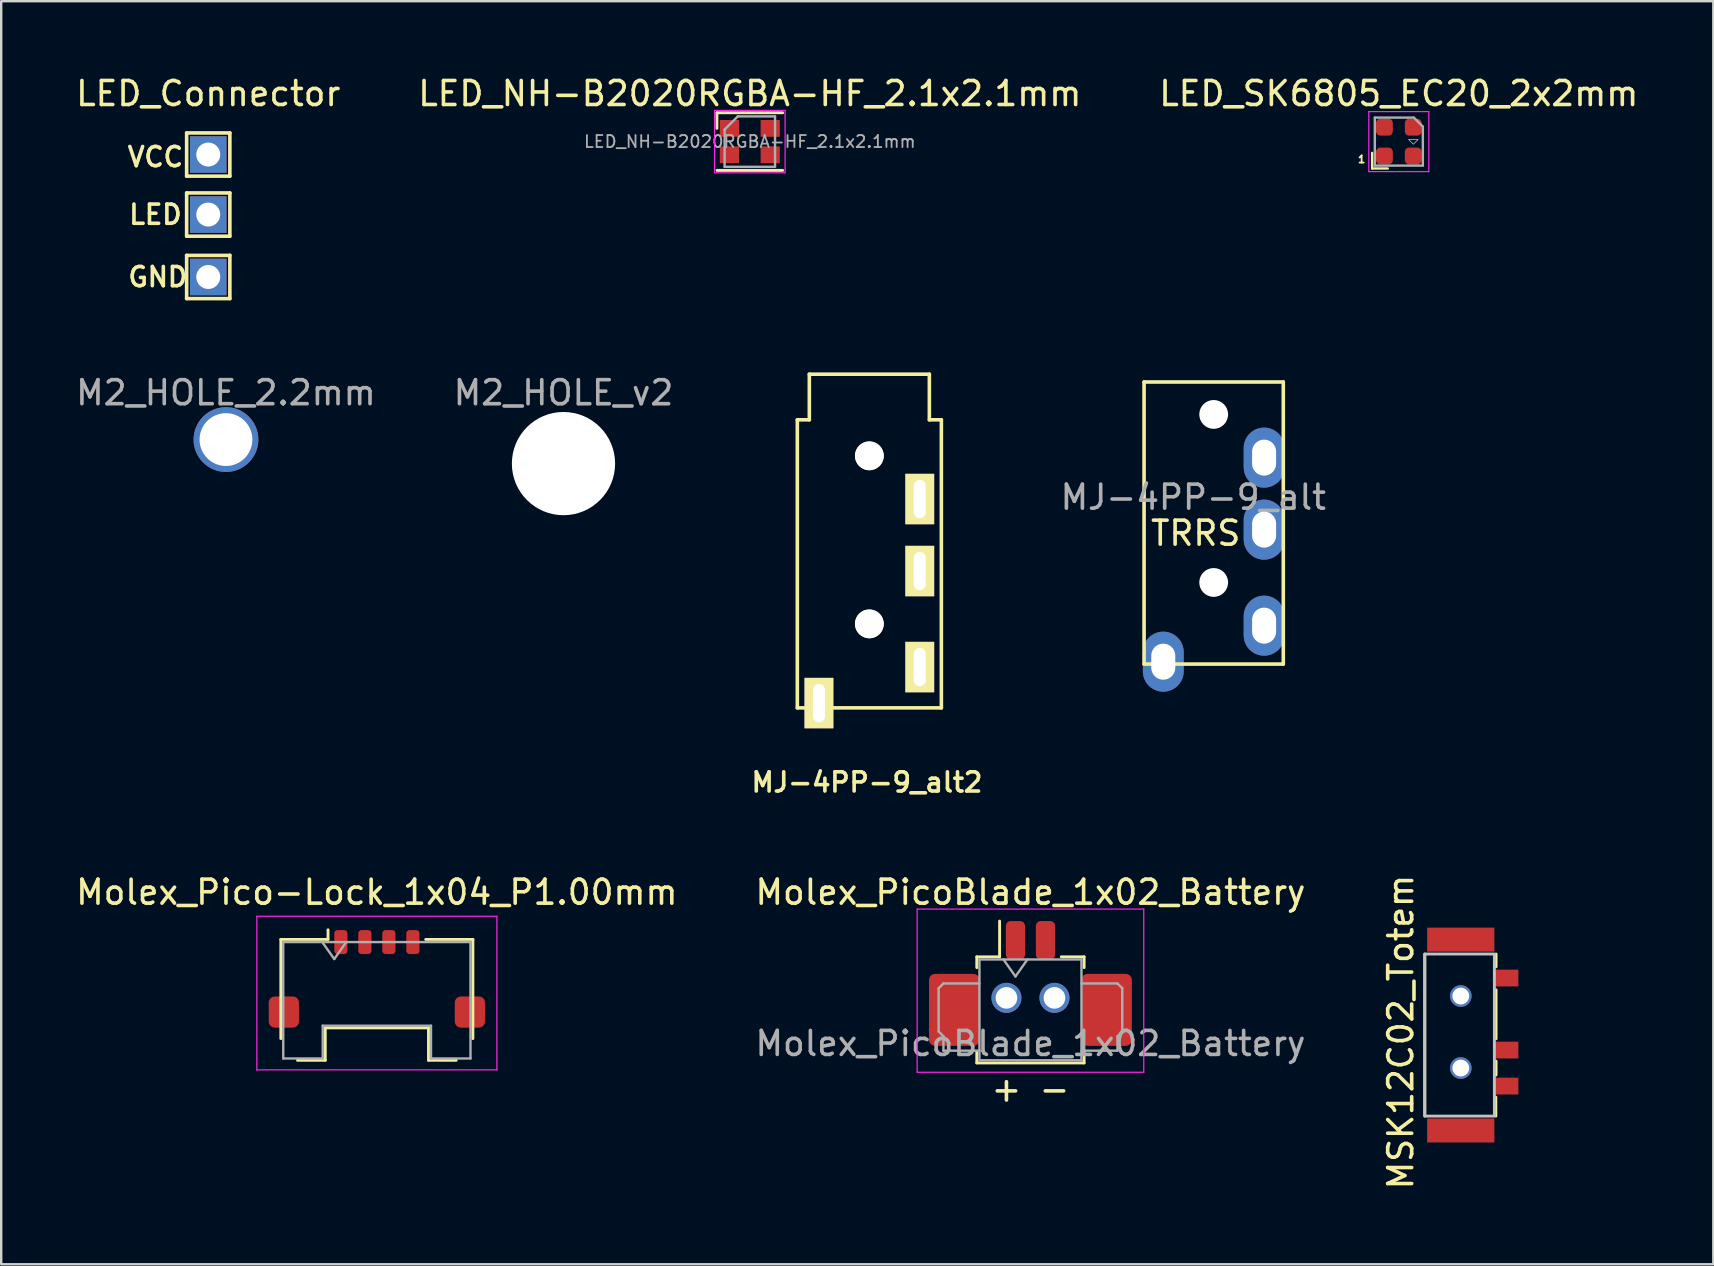
<source format=kicad_pcb>
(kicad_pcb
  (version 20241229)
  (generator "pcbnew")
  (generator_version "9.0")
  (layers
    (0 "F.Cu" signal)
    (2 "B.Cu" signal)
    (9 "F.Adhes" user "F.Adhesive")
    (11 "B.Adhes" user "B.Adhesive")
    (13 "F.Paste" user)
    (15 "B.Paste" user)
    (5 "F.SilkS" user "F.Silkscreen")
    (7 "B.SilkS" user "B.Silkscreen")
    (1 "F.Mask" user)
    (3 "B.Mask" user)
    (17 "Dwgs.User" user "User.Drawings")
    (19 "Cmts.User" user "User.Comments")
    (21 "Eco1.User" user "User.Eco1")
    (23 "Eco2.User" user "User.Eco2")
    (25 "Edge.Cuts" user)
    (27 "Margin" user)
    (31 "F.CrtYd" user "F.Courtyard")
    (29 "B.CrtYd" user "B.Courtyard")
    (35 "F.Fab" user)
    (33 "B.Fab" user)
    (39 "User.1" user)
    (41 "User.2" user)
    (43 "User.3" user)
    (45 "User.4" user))
  (footprint "MJ-4PP-9_alt"
    (layer "F.Cu")
    (at 47.508 12.713)
    (property "Reference" "MJ-4PP-9_alt" (at -0.85 4.95 0) (layer "F.Fab") (effects (font (size 1 1) (thickness 0.15))))
    (attr through_hole)
    (fp_line (start -2.9 0.15) (end 2.9 0.15) (stroke (width 0.15) (type solid)) (layer "F.SilkS"))
    (fp_line (start -2.9 11.9) (end -2.9 0.15) (stroke (width 0.15) (type solid)) (layer "F.SilkS"))
    (fp_line (start 2.9 0.15) (end 2.9 11.9) (stroke (width 0.15) (type solid)) (layer "F.SilkS"))
    (fp_line (start 2.9 11.9) (end -2.9 11.9) (stroke (width 0.15) (type solid)) (layer "F.SilkS"))
    (fp_text user "TRRS" (at -0.75 6.45 0) (layer "F.SilkS") (effects (font (size 1 1) (thickness 0.15))))
    (pad "" np_thru_hole circle (at 0 1.5) (size 1.2 1.2) (drill 1.2) (layers "*.Cu" "*.Mask"))
    (pad "" np_thru_hole circle (at 0 8.5) (size 1.2 1.2) (drill 1.2) (layers "*.Cu" "*.Mask"))
    (pad "1" thru_hole oval (at 2.1 10.3) (size 1.7 2.5) (drill oval 1 1.5) (layers "*.Cu" "B.Mask"))
    (pad "2" thru_hole oval (at 2.1 6.3) (size 1.7 2.5) (drill oval 1 1.5) (layers "*.Cu" "B.Mask"))
    (pad "3" thru_hole oval (at 2.1 3.3) (size 1.7 2.5) (drill oval 1 1.5) (layers "*.Cu" "B.Mask"))
    (pad "4" thru_hole oval (at -2.1 11.8) (size 1.7 2.5) (drill oval 1 1.5) (layers "*.Cu" "B.Mask")))
  (footprint "LED_Connector"
    (layer "F.Cu")
    (at 5.625 3.388)
    (property "Reference" "LED_Connector" (at 0 -2.54 0) (layer "F.SilkS") (effects (font (size 1 1) (thickness 0.15))))
    (attr through_hole)
    (fp_line (start -0.9 -0.9) (end 0.9 -0.9) (stroke (width 0.15) (type solid)) (layer "F.SilkS"))
    (fp_line (start -0.9 0.9) (end -0.9 -0.9) (stroke (width 0.15) (type solid)) (layer "F.SilkS"))
    (fp_line (start -0.9 1.6) (end -0.9 3.4) (stroke (width 0.15) (type solid)) (layer "F.SilkS"))
    (fp_line (start -0.9 1.6) (end 0.9 1.6) (stroke (width 0.15) (type solid)) (layer "F.SilkS"))
    (fp_line (start -0.9 4.2) (end -0.9 6) (stroke (width 0.15) (type solid)) (layer "F.SilkS"))
    (fp_line (start -0.9 4.2) (end 0.9 4.2) (stroke (width 0.15) (type solid)) (layer "F.SilkS"))
    (fp_line (start 0.9 -0.9) (end 0.9 0.9) (stroke (width 0.15) (type solid)) (layer "F.SilkS"))
    (fp_line (start 0.9 0.9) (end -0.9 0.9) (stroke (width 0.15) (type solid)) (layer "F.SilkS"))
    (fp_line (start 0.9 1.6) (end 0.9 3.4) (stroke (width 0.15) (type solid)) (layer "F.SilkS"))
    (fp_line (start 0.9 3.4) (end -0.9 3.4) (stroke (width 0.15) (type solid)) (layer "F.SilkS"))
    (fp_line (start 0.9 4.2) (end 0.9 6) (stroke (width 0.15) (type solid)) (layer "F.SilkS"))
    (fp_line (start 0.9 6) (end -0.9 6) (stroke (width 0.15) (type solid)) (layer "F.SilkS"))
    (fp_text user "GND" (at -2.1 5.1 0) (layer "F.SilkS") (effects (font (size 0.8 0.8) (thickness 0.15))))
    (fp_text user "LED" (at -2.2 2.5 180) (layer "F.SilkS") (effects (font (size 0.8 0.8) (thickness 0.15))))
    (fp_text user "VCC" (at -2.2 0.1 0) (layer "F.SilkS") (effects (font (size 0.8 0.8) (thickness 0.15))))
    (pad "1" thru_hole rect (at 0 0 90) (size 1.524 1.524) (drill 1) (layers "*.Cu" "*.Mask"))
    (pad "2" thru_hole rect (at 0 2.5) (size 1.524 1.524) (drill 1) (layers "*.Cu" "*.Mask"))
    (pad "3" thru_hole rect (at 0 5.1) (size 1.524 1.524) (drill 1) (layers "*.Cu" "*.Mask")))
  (footprint "MJ-4PP-9_alt2"
    (layer "F.Cu")
    (at 33.164 14.438)
    (property "Reference" "MJ-4PP-9_alt2" (at -0.1 15.1 0) (layer "F.SilkS") (effects (font (size 0.8 0.8) (thickness 0.15))))
    (attr through_hole)
    (fp_line (start -3 0) (end -2.5 0) (stroke (width 0.15) (type solid)) (layer "F.SilkS"))
    (fp_line (start -3 12) (end -3 0) (stroke (width 0.15) (type solid)) (layer "F.SilkS"))
    (fp_line (start -2.5 -1.9) (end 2.5 -1.9) (stroke (width 0.15) (type solid)) (layer "F.SilkS"))
    (fp_line (start -2.5 0) (end -2.5 -1.9) (stroke (width 0.15) (type solid)) (layer "F.SilkS"))
    (fp_line (start 2.5 0) (end 2.5 -1.9) (stroke (width 0.15) (type solid)) (layer "F.SilkS"))
    (fp_line (start 3 0) (end 2.5 0) (stroke (width 0.15) (type solid)) (layer "F.SilkS"))
    (fp_line (start 3 0) (end 3 12) (stroke (width 0.15) (type solid)) (layer "F.SilkS"))
    (fp_line (start 3 12) (end -3 12) (stroke (width 0.15) (type solid)) (layer "F.SilkS"))
    (pad "" np_thru_hole circle (at 0 1.5) (size 1.2 1.2) (drill 1.2) (layers "*.Cu" "*.Mask" "F.SilkS"))
    (pad "" np_thru_hole circle (at 0 8.5) (size 1.2 1.2) (drill 1.2) (layers "*.Cu" "*.Mask" "F.SilkS"))
    (pad "1" thru_hole rect (at 2.1 10.3) (size 1.2 2.1) (drill oval 0.5 1.6) (layers "*.Cu" "*.Mask" "F.SilkS"))
    (pad "2" thru_hole rect (at 2.1 6.3) (size 1.2 2.1) (drill oval 0.5 1.6) (layers "*.Cu" "*.Mask" "F.SilkS"))
    (pad "3" thru_hole rect (at 2.1 3.3) (size 1.2 2.1) (drill oval 0.5 1.6) (layers "*.Cu" "*.Mask" "F.SilkS"))
    (pad "4" thru_hole rect (at -2.1 11.8) (size 1.2 2.1) (drill oval 0.5 1.6) (layers "*.Cu" "*.Mask" "F.SilkS")))
  (footprint "Molex_Pico-Lock_1x04_P1.00mm"
    (layer "F.Cu")
    (at 12.649 38.618)
    (property "Reference" "Molex_Pico-Lock_1x04_P1.00mm" (at 0 -4.5 0) (layer "F.SilkS") (effects (font (size 1 1) (thickness 0.15))))
    (attr smd)
    (fp_line (start -4 -2.535) (end -2.035 -2.535) (stroke (width 0.12) (type solid)) (layer "F.SilkS"))
    (fp_line (start -4 1.595) (end -4 -2.535) (stroke (width 0.12) (type solid)) (layer "F.SilkS"))
    (fp_line (start -3.305 2.5) (end -2.15 2.5) (stroke (width 0.12) (type solid)) (layer "F.SilkS"))
    (fp_line (start -2.15 1.15) (end 2.15 1.15) (stroke (width 0.12) (type solid)) (layer "F.SilkS"))
    (fp_line (start -2.15 2.5) (end -2.15 1.15) (stroke (width 0.12) (type solid)) (layer "F.SilkS"))
    (fp_line (start -2.035 -2.535) (end -2.035 -2.935) (stroke (width 0.12) (type solid)) (layer "F.SilkS"))
    (fp_line (start 2.15 1.15) (end 2.15 2.5) (stroke (width 0.12) (type solid)) (layer "F.SilkS"))
    (fp_line (start 2.15 2.5) (end 3.305 2.5) (stroke (width 0.12) (type solid)) (layer "F.SilkS"))
    (fp_line (start 4 -2.535) (end 2.035 -2.535) (stroke (width 0.12) (type solid)) (layer "F.SilkS"))
    (fp_line (start 4 1.595) (end 4 -2.535) (stroke (width 0.12) (type solid)) (layer "F.SilkS"))
    (fp_line (start -5 -3.5) (end -5 2.9) (stroke (width 0.05) (type solid)) (layer "F.CrtYd"))
    (fp_line (start -5 2.9) (end 5 2.9) (stroke (width 0.05) (type solid)) (layer "F.CrtYd"))
    (fp_line (start 5 -3.5) (end -5 -3.5) (stroke (width 0.05) (type solid)) (layer "F.CrtYd"))
    (fp_line (start 5 2.9) (end 5 -3.5) (stroke (width 0.05) (type solid)) (layer "F.CrtYd"))
    (fp_line (start -3.9 -2.425) (end -3.9 2.425) (stroke (width 0.1) (type solid)) (layer "F.Fab"))
    (fp_line (start -3.9 -2.425) (end 3.9 -2.425) (stroke (width 0.1) (type solid)) (layer "F.Fab"))
    (fp_line (start -2.275 -2.425) (end -1.775 -1.718) (stroke (width 0.1) (type solid)) (layer "F.Fab"))
    (fp_line (start -2.255 1.06) (end -2.255 2.425) (stroke (width 0.1) (type solid)) (layer "F.Fab"))
    (fp_line (start -2.255 1.06) (end 2.255 1.06) (stroke (width 0.1) (type solid)) (layer "F.Fab"))
    (fp_line (start -2.255 2.425) (end -3.9 2.425) (stroke (width 0.1) (type default)) (layer "F.Fab"))
    (fp_line (start -1.775 -1.718) (end -1.275 -2.425) (stroke (width 0.1) (type solid)) (layer "F.Fab"))
    (fp_line (start 2.255 1.06) (end 2.255 2.425) (stroke (width 0.1) (type solid)) (layer "F.Fab"))
    (fp_line (start 3.9 -2.425) (end 3.9 2.425) (stroke (width 0.1) (type solid)) (layer "F.Fab"))
    (fp_line (start 3.9 2.425) (end 2.255 2.425) (stroke (width 0.1) (type default)) (layer "F.Fab"))
    (pad "1" smd roundrect (at -1.5 -2.425) (size 0.55 1) (layers "F.Cu" "F.Mask" "F.Paste") (roundrect_rratio 0.25))
    (pad "2" smd roundrect (at -0.5 -2.425) (size 0.55 1) (layers "F.Cu" "F.Mask" "F.Paste") (roundrect_rratio 0.25))
    (pad "3" smd roundrect (at 0.5 -2.425) (size 0.55 1) (layers "F.Cu" "F.Mask" "F.Paste") (roundrect_rratio 0.25))
    (pad "4" smd roundrect (at 1.5 -2.425) (size 0.55 1) (layers "F.Cu" "F.Mask" "F.Paste") (roundrect_rratio 0.25))
    (pad "MP" smd roundrect (at -3.875 0.49) (size 1.26 1.3) (layers "F.Cu" "F.Mask" "F.Paste") (roundrect_rratio 0.2))
    (pad "MP" smd roundrect (at 3.875 0.49) (size 1.26 1.3) (layers "F.Cu" "F.Mask" "F.Paste") (roundrect_rratio 0.2)))
  (footprint "LED_NH-B2020RGBA-HF_2.1x2.1mm"
    (layer "F.Cu")
    (at 28.185 2.848)
    (property "Reference" "LED_NH-B2020RGBA-HF_2.1x2.1mm" (at 0 -2 0) (layer "F.SilkS") (effects (font (size 1 1) (thickness 0.15))))
    (attr smd)
    (fp_line (start -1.37 -1.2) (end -1.37 -0.55) (stroke (width 0.12) (type solid)) (layer "F.SilkS"))
    (fp_line (start -1.37 -1.2) (end 1.37 -1.2) (stroke (width 0.12) (type solid)) (layer "F.SilkS"))
    (fp_line (start -1.37 1.2) (end 1.37 1.2) (stroke (width 0.12) (type solid)) (layer "F.SilkS"))
    (fp_line (start -1.47 -1.3) (end -1.47 1.3) (stroke (width 0.05) (type solid)) (layer "F.CrtYd"))
    (fp_line (start -1.47 1.3) (end 1.47 1.3) (stroke (width 0.05) (type solid)) (layer "F.CrtYd"))
    (fp_line (start 1.47 -1.3) (end -1.47 -1.3) (stroke (width 0.05) (type solid)) (layer "F.CrtYd"))
    (fp_line (start 1.47 1.3) (end 1.47 -1.3) (stroke (width 0.05) (type solid)) (layer "F.CrtYd"))
    (fp_line (start -1.05 -0.5) (end -1.05 1.05) (stroke (width 0.1) (type solid)) (layer "F.Fab"))
    (fp_line (start -1.05 1.05) (end 1.05 1.05) (stroke (width 0.1) (type solid)) (layer "F.Fab"))
    (fp_line (start -0.5 -1.05) (end -1.05 -0.5) (stroke (width 0.1) (type solid)) (layer "F.Fab"))
    (fp_line (start 1.05 -1.05) (end -0.5 -1.05) (stroke (width 0.1) (type solid)) (layer "F.Fab"))
    (fp_line (start 1.05 -1.05) (end 1.05 1.05) (stroke (width 0.1) (type solid)) (layer "F.Fab"))
    (fp_text user "${REFERENCE}" (at 0 0 0) (layer "F.Fab") (effects (font (size 0.5 0.5) (thickness 0.075))))
    (pad "1" smd rect (at -0.85 -0.55) (size 0.8 0.7) (layers "F.Cu" "F.Mask" "F.Paste"))
    (pad "2" smd rect (at 0.85 -0.55) (size 0.8 0.7) (layers "F.Cu" "F.Mask" "F.Paste"))
    (pad "3" smd rect (at 0.85 0.55) (size 0.8 0.7) (layers "F.Cu" "F.Mask" "F.Paste"))
    (pad "4" smd rect (at -0.85 0.55) (size 0.8 0.7) (layers "F.Cu" "F.Mask" "F.Paste")))
  (footprint "Molex_PicoBlade_1x02_Battery"
    (layer "F.Cu")
    (at 39.875 38.518)
    (property "Reference" "Molex_PicoBlade_1x02_Battery" (at 0 -4.4 0) (layer "F.SilkS") (effects (font (size 1 1) (thickness 0.15))))
    (attr smd)
    (fp_line (start -2.235 -1.71) (end -1.285 -1.71) (stroke (width 0.12) (type solid)) (layer "F.SilkS"))
    (fp_line (start -2.235 -1.26) (end -2.235 -1.71) (stroke (width 0.12) (type solid)) (layer "F.SilkS"))
    (fp_line (start -2.235 2.26) (end -2.235 2.71) (stroke (width 0.12) (type solid)) (layer "F.SilkS"))
    (fp_line (start -2.235 2.71) (end 2.235 2.71) (stroke (width 0.12) (type solid)) (layer "F.SilkS"))
    (fp_line (start -1.285 -1.71) (end -1.285 -3.2) (stroke (width 0.12) (type solid)) (layer "F.SilkS"))
    (fp_line (start 2.235 -1.71) (end 1.285 -1.71) (stroke (width 0.12) (type solid)) (layer "F.SilkS"))
    (fp_line (start 2.235 -1.26) (end 2.235 -1.71) (stroke (width 0.12) (type solid)) (layer "F.SilkS"))
    (fp_line (start 2.235 2.71) (end 2.235 2.26) (stroke (width 0.12) (type solid)) (layer "F.SilkS"))
    (fp_line (start -4.72 -3.7) (end -4.72 3.1) (stroke (width 0.05) (type solid)) (layer "F.CrtYd"))
    (fp_line (start -4.72 3.1) (end 4.72 3.1) (stroke (width 0.05) (type solid)) (layer "F.CrtYd"))
    (fp_line (start 4.72 -3.7) (end -4.72 -3.7) (stroke (width 0.05) (type solid)) (layer "F.CrtYd"))
    (fp_line (start 4.72 3.1) (end 4.72 -3.7) (stroke (width 0.05) (type solid)) (layer "F.CrtYd"))
    (fp_line (start -3.825 -0.4) (end -3.825 1.4) (stroke (width 0.1) (type solid)) (layer "F.Fab"))
    (fp_line (start -3.825 1.4) (end -3.625 1.6) (stroke (width 0.1) (type solid)) (layer "F.Fab"))
    (fp_line (start -3.625 -0.6) (end -3.825 -0.4) (stroke (width 0.1) (type solid)) (layer "F.Fab"))
    (fp_line (start -3.625 1.6) (end -3.625 2.2) (stroke (width 0.1) (type solid)) (layer "F.Fab"))
    (fp_line (start -3.625 2.2) (end -2.125 2.2) (stroke (width 0.1) (type solid)) (layer "F.Fab"))
    (fp_line (start -2.125 -1.6) (end -2.125 2.6) (stroke (width 0.1) (type solid)) (layer "F.Fab"))
    (fp_line (start -2.125 -1.6) (end 2.125 -1.6) (stroke (width 0.1) (type solid)) (layer "F.Fab"))
    (fp_line (start -2.125 -0.6) (end -3.625 -0.6) (stroke (width 0.1) (type solid)) (layer "F.Fab"))
    (fp_line (start -2.125 2.6) (end 2.125 2.6) (stroke (width 0.1) (type solid)) (layer "F.Fab"))
    (fp_line (start -1.125 -1.6) (end -0.625 -0.893) (stroke (width 0.1) (type solid)) (layer "F.Fab"))
    (fp_line (start -0.625 -0.893) (end -0.125 -1.6) (stroke (width 0.1) (type solid)) (layer "F.Fab"))
    (fp_line (start 2.125 -1.6) (end 2.125 2.6) (stroke (width 0.1) (type solid)) (layer "F.Fab"))
    (fp_line (start 2.125 -0.6) (end 3.625 -0.6) (stroke (width 0.1) (type solid)) (layer "F.Fab"))
    (fp_line (start 3.625 -0.6) (end 3.825 -0.4) (stroke (width 0.1) (type solid)) (layer "F.Fab"))
    (fp_line (start 3.625 1.6) (end 3.625 2.2) (stroke (width 0.1) (type solid)) (layer "F.Fab"))
    (fp_line (start 3.625 2.2) (end 2.125 2.2) (stroke (width 0.1) (type solid)) (layer "F.Fab"))
    (fp_line (start 3.825 -0.4) (end 3.825 1.4) (stroke (width 0.1) (type solid)) (layer "F.Fab"))
    (fp_line (start 3.825 1.4) (end 3.625 1.6) (stroke (width 0.1) (type solid)) (layer "F.Fab"))
    (fp_text user "+ -" (at 0 3.8 0) (unlocked yes) (layer "F.SilkS") (effects (font (size 1 1) (thickness 0.15))))
    (fp_text user "${REFERENCE}" (at 0 1.9 0) (layer "F.Fab") (effects (font (size 1 1) (thickness 0.15))))
    (pad "1" thru_hole oval (at -1 0 90) (size 1.25 1.25) (drill 0.9) (layers "*.Cu" "*.Mask"))
    (pad "1" smd roundrect (at -0.625 -2.4) (size 0.8 1.6) (layers "F.Cu" "F.Mask" "F.Paste") (roundrect_rratio 0.25))
    (pad "2" smd roundrect (at 0.625 -2.4) (size 0.8 1.6) (layers "F.Cu" "F.Mask" "F.Paste") (roundrect_rratio 0.25))
    (pad "2" thru_hole oval (at 1 0 90) (size 1.25 1.25) (drill 0.9) (layers "*.Cu" "*.Mask"))
    (pad "MP" smd roundrect (at -3.175 0.5) (size 2.1 3) (layers "F.Cu" "F.Mask" "F.Paste") (roundrect_rratio 0.119))
    (pad "MP" smd roundrect (at 3.175 0.5) (size 2.1 3) (layers "F.Cu" "F.Mask" "F.Paste") (roundrect_rratio 0.119)))
  (footprint "MSK12C02_Totem"
    (layer "F.Cu")
    (at 57.801 39.942)
    (property "Reference" "MSK12C02_Totem" (at -2.5 0 270) (layer "F.SilkS") (effects (font (size 1 1) (thickness 0.15))))
    (attr through_hole)
    (fp_line (start -1.5 3.5) (end -1.5 -3.25) (stroke (width 0.12) (type solid)) (layer "F.SilkS"))
    (fp_line (start 1.46 2.71) (end 1.46 3.5) (stroke (width 0.12) (type solid)) (layer "F.SilkS"))
    (fp_line (start 1.47 -2.72) (end 1.47 -3.25) (stroke (width 0.12) (type solid)) (layer "F.SilkS"))
    (fp_line (start 1.47 -1.76) (end 1.47 0.28) (stroke (width 0.12) (type solid)) (layer "F.SilkS"))
    (fp_line (start 1.47 1.21) (end 1.47 1.79) (stroke (width 0.12) (type solid)) (layer "F.SilkS"))
    (fp_rect (start -1.5 -3.25) (end 1.4 3.5) (stroke (width 0.12) (type solid)) (fill no) (layer "Dwgs.User"))
    (pad "" np_thru_hole circle (at 0 -1.5) (size 0.9 0.9) (drill 0.7) (layers "*.Cu" "*.Mask"))
    (pad "" np_thru_hole circle (at 0 1.5) (size 0.9 0.9) (drill 0.7) (layers "*.Cu" "*.Mask"))
    (pad "1" smd rect (at 1.9 -2.25 90) (size 0.7 1) (layers "F.Cu" "F.Mask" "F.Paste"))
    (pad "2" smd rect (at 1.9 0.75 90) (size 0.7 1) (layers "F.Cu" "F.Mask" "F.Paste"))
    (pad "3" smd rect (at 1.9 2.25 90) (size 0.7 1) (layers "F.Cu" "F.Mask" "F.Paste"))
    (pad "NC" smd rect (at 0 -3.85) (size 2.8 1) (layers "F.Cu" "F.Mask" "F.Paste"))
    (pad "NC" smd rect (at 0 4.1) (size 2.8 1) (layers "F.Cu" "F.Mask" "F.Paste")))
  (footprint "M2_HOLE_2.2mm"
    (layer "F.Cu")
    (at 6.363 15.261)
    (property "Reference" "M2_HOLE_2.2mm" (at 0 -1.95 0) (layer "F.Fab") (effects (font (size 1 1) (thickness 0.15))))
    (attr exclude_from_pos_files exclude_from_bom)
    (pad "" thru_hole circle (at 0 0) (size 2.7 2.7) (drill 2.2) (layers "*.Cu" "*.Mask")))
  (footprint "LED_SK6805_EC20_2x2mm"
    (layer "F.Cu")
    (at 55.22 2.848)
    (property "Reference" "LED_SK6805_EC20_2x2mm" (at 0 -2 0) (layer "F.SilkS") (effects (font (size 1 1) (thickness 0.15))))
    (attr smd)
    (fp_line (start -1.11 1.12) (end -1.11 0.47) (stroke (width 0.1) (type solid)) (layer "F.SilkS"))
    (fp_line (start -0.46 1.12) (end -1.11 1.12) (stroke (width 0.1) (type solid)) (layer "F.SilkS"))
    (fp_poly (pts (xy 0.605 0.11) (xy 0.405 -0.09) (xy 0.805 -0.09)) (stroke (width 0.03) (type solid)) (fill no) (layer "Dwgs.User"))
    (fp_line (start -1.25 -1.25) (end 1.25 -1.25) (stroke (width 0.05) (type solid)) (layer "F.CrtYd"))
    (fp_line (start -1.25 1.25) (end -1.25 -1.25) (stroke (width 0.05) (type solid)) (layer "F.CrtYd"))
    (fp_line (start 1.25 -1.25) (end 1.25 1.25) (stroke (width 0.05) (type solid)) (layer "F.CrtYd"))
    (fp_line (start 1.25 1.25) (end -1.25 1.25) (stroke (width 0.05) (type solid)) (layer "F.CrtYd"))
    (fp_line (start -1 -1) (end 0.625 -1) (stroke (width 0.1) (type solid)) (layer "F.Fab"))
    (fp_line (start -1 1) (end -1 -1) (stroke (width 0.1) (type solid)) (layer "F.Fab"))
    (fp_line (start 0.625 -1) (end 1 -0.625) (stroke (width 0.1) (type solid)) (layer "F.Fab"))
    (fp_line (start 1 -0.625) (end 1 1) (stroke (width 0.1) (type solid)) (layer "F.Fab"))
    (fp_line (start 1 1) (end -1 1) (stroke (width 0.1) (type solid)) (layer "F.Fab"))
    (fp_text user "1" (at -1.55 0.74 0) (layer "F.SilkS") (effects (font (size 0.3 0.3) (thickness 0.075))))
    (pad "1" smd roundrect (at 0.6 0.6) (size 0.7 0.7) (layers "F.Cu" "F.Mask" "F.Paste") (roundrect_rratio 0.25))
    (pad "2" smd roundrect (at 0.6 -0.6) (size 0.7 0.7) (layers "F.Cu" "F.Mask" "F.Paste") (roundrect_rratio 0.25))
    (pad "3" smd roundrect (at -0.6 -0.6) (size 0.7 0.7) (layers "F.Cu" "F.Mask" "F.Paste") (roundrect_rratio 0.25))
    (pad "4" smd roundrect (at -0.6 0.6) (size 0.7 0.7) (layers "F.Cu" "F.Mask" "F.Paste") (roundrect_rratio 0.25)))
  (footprint "M2_HOLE_v2"
    (layer "F.Cu")
    (at 20.423 16.262)
    (property "Reference" "M2_HOLE_v2" (at 0 -2.95 0) (layer "F.Fab") (effects (font (size 1 1) (thickness 0.15))))
    (attr exclude_from_pos_files exclude_from_bom)
    (pad "" np_thru_hole circle (at 0 0) (size 4.3 4.3) (drill 4.3) (layers "*.Cu" "*.Mask")))
  (gr_rect
    (start -3 -3)
    (end 68.321 49.615)
    (stroke (width 0.1) (type default))
    (fill no)
    (layer "Edge.Cuts")))
</source>
